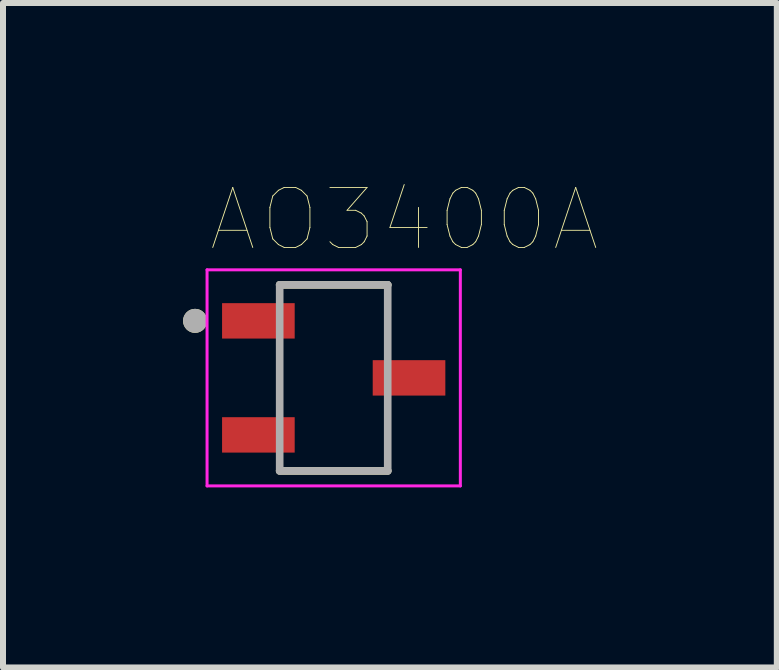
<source format=kicad_pcb>
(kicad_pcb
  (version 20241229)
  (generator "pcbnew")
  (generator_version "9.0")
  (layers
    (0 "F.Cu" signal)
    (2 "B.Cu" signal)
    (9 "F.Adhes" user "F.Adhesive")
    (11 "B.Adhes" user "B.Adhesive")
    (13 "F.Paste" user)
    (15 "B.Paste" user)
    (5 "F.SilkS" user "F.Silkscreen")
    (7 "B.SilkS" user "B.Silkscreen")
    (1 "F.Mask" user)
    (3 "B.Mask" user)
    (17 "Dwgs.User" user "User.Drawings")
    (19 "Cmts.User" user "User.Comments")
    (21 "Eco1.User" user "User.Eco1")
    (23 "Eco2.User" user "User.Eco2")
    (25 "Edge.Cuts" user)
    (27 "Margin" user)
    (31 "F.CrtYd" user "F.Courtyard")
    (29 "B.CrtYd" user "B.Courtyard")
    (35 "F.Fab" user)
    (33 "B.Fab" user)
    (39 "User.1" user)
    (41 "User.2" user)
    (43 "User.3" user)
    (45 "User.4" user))
  (footprint "AO3400A"
    (layer "F.Cu")
    (at 2.51 3.246)
    (property "Reference" "AO3400A" (at 1.175 -2.635 0) (layer "F.SilkS") (effects (font (size 1 1) (thickness 0.015))))
    (attr through_hole)
    (fp_line (start -0.9 1.55) (end 0.9 1.55) (stroke (width 0.127) (type solid)) (layer "F.SilkS"))
    (fp_line (start 0.9 -1.55) (end -0.9 -1.55) (stroke (width 0.127) (type solid)) (layer "F.SilkS"))
    (fp_circle (center -2.31 -0.95) (end -2.21 -0.95) (stroke (width 0.2) (type solid)) (fill no) (layer "F.SilkS"))
    (fp_line (start -2.11 -1.8) (end 2.11 -1.8) (stroke (width 0.05) (type solid)) (layer "F.CrtYd"))
    (fp_line (start -2.11 1.8) (end -2.11 -1.8) (stroke (width 0.05) (type solid)) (layer "F.CrtYd"))
    (fp_line (start 2.11 -1.8) (end 2.11 1.8) (stroke (width 0.05) (type solid)) (layer "F.CrtYd"))
    (fp_line (start 2.11 1.8) (end -2.11 1.8) (stroke (width 0.05) (type solid)) (layer "F.CrtYd"))
    (fp_line (start -0.9 -1.55) (end -0.9 1.55) (stroke (width 0.127) (type solid)) (layer "F.Fab"))
    (fp_line (start -0.9 1.55) (end 0.9 1.55) (stroke (width 0.127) (type solid)) (layer "F.Fab"))
    (fp_line (start 0.9 -1.55) (end -0.9 -1.55) (stroke (width 0.127) (type solid)) (layer "F.Fab"))
    (fp_line (start 0.9 1.55) (end 0.9 -1.55) (stroke (width 0.127) (type solid)) (layer "F.Fab"))
    (fp_circle (center -2.31 -0.95) (end -2.21 -0.95) (stroke (width 0.2) (type solid)) (fill no) (layer "F.Fab"))
    (pad "1" smd rect (at -1.255 -0.95) (size 1.21 0.59) (layers "F.Cu" "F.Mask" "F.Paste"))
    (pad "2" smd rect (at -1.255 0.95) (size 1.21 0.59) (layers "F.Cu" "F.Mask" "F.Paste"))
    (pad "3" smd rect (at 1.255 0) (size 1.21 0.59) (layers "F.Cu" "F.Mask" "F.Paste")))
  (gr_rect
    (start -3 -3)
    (end 9.893 8.071)
    (stroke (width 0.1) (type default))
    (fill no)
    (layer "Edge.Cuts")))
</source>
